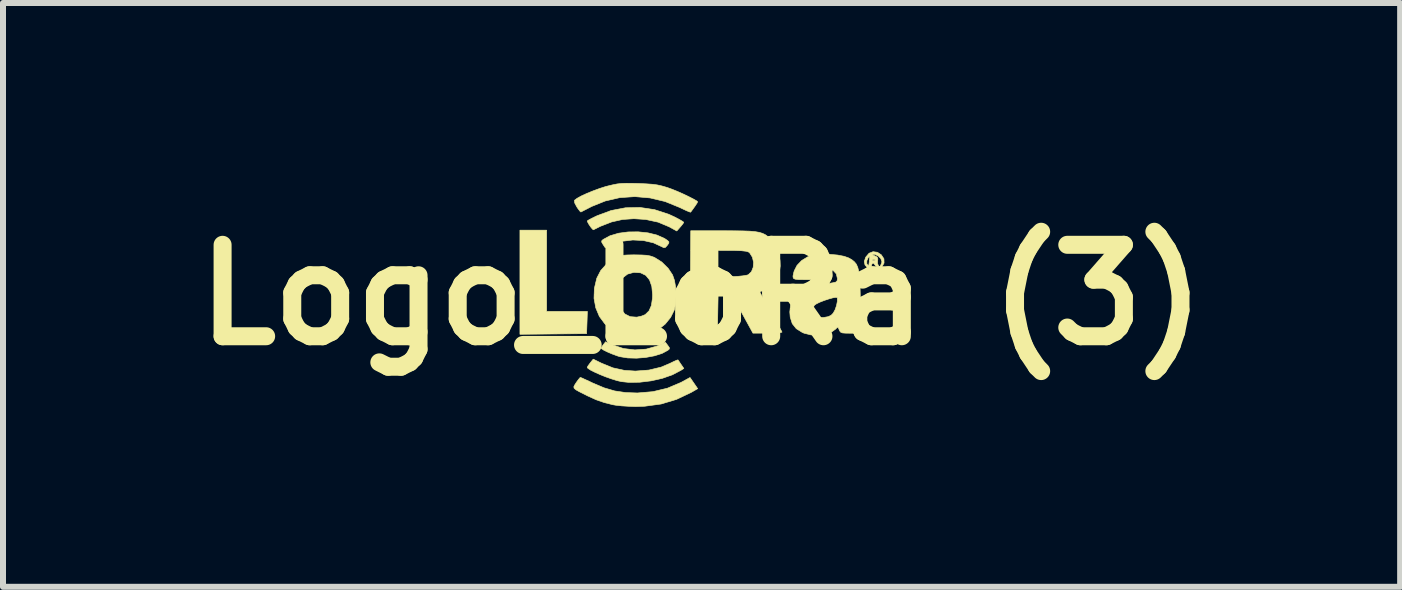
<source format=kicad_pcb>
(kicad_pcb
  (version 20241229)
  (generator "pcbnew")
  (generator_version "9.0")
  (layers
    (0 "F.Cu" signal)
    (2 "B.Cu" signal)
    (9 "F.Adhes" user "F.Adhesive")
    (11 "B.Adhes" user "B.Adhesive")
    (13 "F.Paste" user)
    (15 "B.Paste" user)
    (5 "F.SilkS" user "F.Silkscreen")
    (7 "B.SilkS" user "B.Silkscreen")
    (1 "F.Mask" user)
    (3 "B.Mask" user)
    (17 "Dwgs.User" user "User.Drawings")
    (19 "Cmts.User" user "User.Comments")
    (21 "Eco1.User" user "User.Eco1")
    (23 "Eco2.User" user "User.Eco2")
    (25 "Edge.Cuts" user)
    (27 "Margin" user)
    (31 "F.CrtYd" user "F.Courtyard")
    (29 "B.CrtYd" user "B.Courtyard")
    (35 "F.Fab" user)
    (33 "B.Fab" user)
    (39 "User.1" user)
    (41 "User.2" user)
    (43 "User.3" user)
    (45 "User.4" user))
  (footprint "Logo_LoRa (3)"
    (layer "F.Cu")
    (at 8.643 1.865)
    (property "Reference" "Logo_LoRa (3)" (at 0 0 0) (layer "F.SilkS") (effects (font (size 1.524 1.524) (thickness 0.3))))
    (attr through_hole)
    (fp_poly (pts (xy -2.582 0.275) (xy -1.903 0.275) (xy -1.909 0.46) (xy -1.916 0.646) (xy -3.027 0.657) (xy -3.027 -1.079) (xy -2.582 -1.079) (xy -2.582 0.275)) (stroke (width 0.01) (type solid)) (fill yes) (layer "F.SilkS"))
    (fp_poly (pts (xy -0.893 -1.034) (xy -0.743 -0.997) (xy -0.616 -0.94) (xy -0.567 -0.907) (xy -0.544 -0.884) (xy -0.546 -0.861) (xy -0.571 -0.826) (xy -0.603 -0.791) (xy -0.631 -0.787) (xy -0.658 -0.801) (xy -0.803 -0.868) (xy -0.969 -0.906) (xy -1.145 -0.915) (xy -1.32 -0.894) (xy -1.482 -0.843) (xy -1.496 -0.837) (xy -1.606 -0.787) (xy -1.642 -0.841) (xy -1.665 -0.881) (xy -1.662 -0.904) (xy -1.639 -0.924) (xy -1.524 -0.986) (xy -1.382 -1.028) (xy -1.223 -1.049) (xy -1.056 -1.051) (xy -0.893 -1.034)) (stroke (width 0.01) (type solid)) (fill yes) (layer "F.SilkS"))
    (fp_poly (pts (xy -1.482 0.834) (xy -1.301 0.894) (xy -1.111 0.917) (xy -0.922 0.904) (xy -0.742 0.853) (xy -0.708 0.838) (xy -0.602 0.79) (xy -0.562 0.843) (xy -0.536 0.88) (xy -0.537 0.902) (xy -0.562 0.924) (xy -0.659 0.976) (xy -0.786 1.016) (xy -0.932 1.043) (xy -1.083 1.055) (xy -1.23 1.051) (xy -1.36 1.03) (xy -1.397 1.019) (xy -1.49 0.985) (xy -1.572 0.95) (xy -1.634 0.919) (xy -1.668 0.895) (xy -1.672 0.887) (xy -1.66 0.862) (xy -1.635 0.827) (xy -1.598 0.781) (xy -1.482 0.834)) (stroke (width 0.01) (type solid)) (fill yes) (layer "F.SilkS"))
    (fp_poly (pts (xy -0.784 -1.421) (xy -0.548 -1.344) (xy -0.45 -1.299) (xy -0.379 -1.262) (xy -0.325 -1.231) (xy -0.298 -1.212) (xy -0.297 -1.209) (xy -0.31 -1.186) (xy -0.342 -1.146) (xy -0.355 -1.131) (xy -0.413 -1.065) (xy -0.54 -1.135) (xy -0.723 -1.212) (xy -0.93 -1.257) (xy -1.127 -1.27) (xy -1.316 -1.257) (xy -1.498 -1.216) (xy -1.684 -1.144) (xy -1.802 -1.085) (xy -1.819 -1.097) (xy -1.847 -1.131) (xy -1.877 -1.175) (xy -1.899 -1.215) (xy -1.905 -1.232) (xy -1.887 -1.245) (xy -1.84 -1.271) (xy -1.771 -1.305) (xy -1.739 -1.32) (xy -1.507 -1.406) (xy -1.267 -1.452) (xy -1.025 -1.457) (xy -0.784 -1.421)) (stroke (width 0.01) (type solid)) (fill yes) (layer "F.SilkS"))
    (fp_poly (pts (xy -1.669 1.138) (xy -1.478 1.216) (xy -1.286 1.258) (xy -1.102 1.27) (xy -0.877 1.253) (xy -0.673 1.204) (xy -0.527 1.142) (xy -0.462 1.11) (xy -0.414 1.089) (xy -0.393 1.083) (xy -0.393 1.083) (xy -0.379 1.103) (xy -0.351 1.145) (xy -0.342 1.158) (xy -0.295 1.226) (xy -0.343 1.257) (xy -0.484 1.331) (xy -0.654 1.391) (xy -0.841 1.433) (xy -1.032 1.456) (xy -1.216 1.458) (xy -1.333 1.446) (xy -1.408 1.429) (xy -1.498 1.401) (xy -1.595 1.367) (xy -1.692 1.328) (xy -1.779 1.289) (xy -1.849 1.254) (xy -1.893 1.225) (xy -1.905 1.209) (xy -1.893 1.185) (xy -1.863 1.144) (xy -1.855 1.133) (xy -1.805 1.071) (xy -1.669 1.138)) (stroke (width 0.01) (type solid)) (fill yes) (layer "F.SilkS"))
    (fp_poly (pts (xy -1.997 1.384) (xy -1.945 1.408) (xy -1.872 1.441) (xy -1.814 1.469) (xy -1.625 1.549) (xy -1.448 1.601) (xy -1.266 1.628) (xy -1.069 1.635) (xy -0.811 1.613) (xy -0.568 1.555) (xy -0.344 1.46) (xy -0.323 1.449) (xy -0.192 1.377) (xy -0.128 1.47) (xy -0.064 1.563) (xy -0.175 1.627) (xy -0.418 1.742) (xy -0.674 1.819) (xy -0.947 1.856) (xy -1.101 1.861) (xy -1.215 1.857) (xy -1.331 1.85) (xy -1.43 1.839) (xy -1.482 1.83) (xy -1.624 1.794) (xy -1.757 1.748) (xy -1.898 1.684) (xy -1.947 1.659) (xy -2.037 1.614) (xy -2.094 1.582) (xy -2.123 1.557) (xy -2.129 1.533) (xy -2.115 1.503) (xy -2.089 1.462) (xy -2.053 1.412) (xy -2.027 1.381) (xy -2.02 1.376) (xy -1.997 1.384)) (stroke (width 0.01) (type solid)) (fill yes) (layer "F.SilkS"))
    (fp_poly (pts (xy -1.146 -1.859) (xy -1.058 -1.857) (xy -0.925 -1.851) (xy -0.823 -1.844) (xy -0.739 -1.833) (xy -0.663 -1.816) (xy -0.582 -1.793) (xy -0.572 -1.79) (xy -0.495 -1.762) (xy -0.403 -1.725) (xy -0.306 -1.682) (xy -0.214 -1.638) (xy -0.136 -1.598) (xy -0.082 -1.567) (xy -0.066 -1.554) (xy -0.073 -1.533) (xy -0.108 -1.48) (xy -0.167 -1.398) (xy -0.183 -1.378) (xy -0.203 -1.384) (xy -0.252 -1.404) (xy -0.322 -1.437) (xy -0.364 -1.457) (xy -0.607 -1.556) (xy -0.858 -1.616) (xy -1.111 -1.638) (xy -1.362 -1.621) (xy -1.605 -1.565) (xy -1.836 -1.472) (xy -1.848 -1.465) (xy -1.92 -1.428) (xy -1.977 -1.399) (xy -2.008 -1.383) (xy -2.011 -1.381) (xy -2.027 -1.395) (xy -2.057 -1.434) (xy -2.078 -1.465) (xy -2.114 -1.532) (xy -2.119 -1.573) (xy -2.115 -1.579) (xy -2.075 -1.609) (xy -2.005 -1.648) (xy -1.912 -1.691) (xy -1.806 -1.734) (xy -1.697 -1.774) (xy -1.594 -1.807) (xy -1.569 -1.813) (xy -1.482 -1.834) (xy -1.408 -1.849) (xy -1.335 -1.857) (xy -1.252 -1.86) (xy -1.146 -1.859)) (stroke (width 0.01) (type solid)) (fill yes) (layer "F.SilkS"))
    (fp_poly (pts (xy -0.999 -0.665) (xy -0.917 -0.66) (xy -0.856 -0.649) (xy -0.802 -0.631) (xy -0.781 -0.622) (xy -0.662 -0.547) (xy -0.556 -0.442) (xy -0.483 -0.333) (xy -0.451 -0.241) (xy -0.431 -0.124) (xy -0.424 0.006) (xy -0.431 0.133) (xy -0.451 0.242) (xy -0.456 0.256) (xy -0.515 0.375) (xy -0.605 0.486) (xy -0.716 0.575) (xy -0.789 0.615) (xy -0.893 0.647) (xy -1.019 0.667) (xy -1.152 0.673) (xy -1.274 0.664) (xy -1.351 0.647) (xy -1.495 0.58) (xy -1.612 0.482) (xy -1.703 0.359) (xy -1.763 0.216) (xy -1.792 0.058) (xy -1.79 0) (xy -1.397 0) (xy -1.383 0.135) (xy -1.342 0.242) (xy -1.277 0.319) (xy -1.19 0.363) (xy -1.083 0.371) (xy -1.069 0.369) (xy -1.001 0.354) (xy -0.944 0.331) (xy -0.937 0.327) (xy -0.875 0.266) (xy -0.836 0.177) (xy -0.818 0.056) (xy -0.816 0) (xy -0.829 -0.141) (xy -0.867 -0.25) (xy -0.93 -0.326) (xy -1.017 -0.368) (xy -1.128 -0.375) (xy -1.128 -0.375) (xy -1.232 -0.347) (xy -1.312 -0.286) (xy -1.366 -0.193) (xy -1.394 -0.069) (xy -1.397 0) (xy -1.79 0) (xy -1.786 -0.11) (xy -1.746 -0.278) (xy -1.681 -0.405) (xy -1.58 -0.518) (xy -1.458 -0.604) (xy -1.404 -0.632) (xy -1.358 -0.65) (xy -1.307 -0.66) (xy -1.24 -0.665) (xy -1.145 -0.667) (xy -1.111 -0.667) (xy -0.999 -0.665)) (stroke (width 0.01) (type solid)) (fill yes) (layer "F.SilkS"))
    (fp_poly (pts (xy 2.932 -0.71) (xy 2.996 -0.668) (xy 3.04 -0.601) (xy 3.042 -0.531) (xy 3.002 -0.46) (xy 2.986 -0.443) (xy 2.921 -0.394) (xy 2.86 -0.386) (xy 2.797 -0.419) (xy 2.771 -0.443) (xy 2.76 -0.457) (xy 2.805 -0.457) (xy 2.826 -0.445) (xy 2.894 -0.436) (xy 2.958 -0.462) (xy 2.979 -0.482) (xy 3.002 -0.53) (xy 3.006 -0.554) (xy 2.988 -0.605) (xy 2.944 -0.65) (xy 2.89 -0.674) (xy 2.873 -0.676) (xy 2.845 -0.673) (xy 2.853 -0.665) (xy 2.886 -0.652) (xy 2.928 -0.63) (xy 2.939 -0.598) (xy 2.935 -0.572) (xy 2.934 -0.521) (xy 2.948 -0.49) (xy 2.959 -0.47) (xy 2.938 -0.466) (xy 2.902 -0.483) (xy 2.892 -0.497) (xy 2.87 -0.525) (xy 2.858 -0.529) (xy 2.839 -0.512) (xy 2.836 -0.497) (xy 2.822 -0.468) (xy 2.81 -0.464) (xy 2.805 -0.457) (xy 2.76 -0.457) (xy 2.724 -0.5) (xy 2.72 -0.52) (xy 2.755 -0.52) (xy 2.766 -0.501) (xy 2.78 -0.49) (xy 2.788 -0.499) (xy 2.794 -0.537) (xy 2.798 -0.573) (xy 2.798 -0.577) (xy 2.846 -0.577) (xy 2.866 -0.573) (xy 2.894 -0.577) (xy 2.894 -0.584) (xy 2.866 -0.589) (xy 2.854 -0.586) (xy 2.846 -0.577) (xy 2.798 -0.577) (xy 2.801 -0.624) (xy 2.796 -0.64) (xy 2.781 -0.625) (xy 2.779 -0.622) (xy 2.755 -0.569) (xy 2.755 -0.52) (xy 2.72 -0.52) (xy 2.712 -0.553) (xy 2.732 -0.617) (xy 2.74 -0.633) (xy 2.792 -0.694) (xy 2.859 -0.72) (xy 2.932 -0.71)) (stroke (width 0.01) (type solid)) (fill yes) (layer "F.SilkS"))
    (fp_poly (pts (xy 0.543 -1.068) (xy 0.69 -1.066) (xy 0.805 -1.062) (xy 0.894 -1.054) (xy 0.963 -1.042) (xy 1.018 -1.025) (xy 1.063 -1.003) (xy 1.105 -0.973) (xy 1.135 -0.947) (xy 1.226 -0.842) (xy 1.283 -0.714) (xy 1.308 -0.569) (xy 1.311 -0.48) (xy 1.302 -0.412) (xy 1.278 -0.342) (xy 1.264 -0.311) (xy 1.219 -0.235) (xy 1.159 -0.164) (xy 1.094 -0.106) (xy 1.033 -0.07) (xy 1.002 -0.064) (xy 0.976 -0.053) (xy 0.974 -0.046) (xy 0.984 -0.023) (xy 1.012 0.03) (xy 1.054 0.107) (xy 1.107 0.202) (xy 1.155 0.287) (xy 1.215 0.391) (xy 1.267 0.483) (xy 1.307 0.556) (xy 1.333 0.604) (xy 1.341 0.62) (xy 1.322 0.627) (xy 1.27 0.632) (xy 1.191 0.636) (xy 1.101 0.638) (xy 0.857 0.638) (xy 0.688 0.33) (xy 0.519 0.022) (xy 0.397 0.021) (xy 0.276 0.021) (xy 0.27 0.333) (xy 0.265 0.646) (xy 0.047 0.652) (xy -0.059 0.653) (xy -0.129 0.65) (xy -0.167 0.642) (xy -0.18 0.63) (xy -0.183 0.604) (xy -0.184 0.54) (xy -0.186 0.443) (xy -0.186 0.317) (xy -0.187 0.169) (xy -0.186 0.001) (xy -0.186 -0.181) (xy -0.185 -0.233) (xy -0.185 -0.298) (xy 0.275 -0.298) (xy 0.503 -0.304) (xy 0.605 -0.309) (xy 0.693 -0.318) (xy 0.757 -0.329) (xy 0.779 -0.336) (xy 0.832 -0.387) (xy 0.861 -0.46) (xy 0.867 -0.544) (xy 0.848 -0.627) (xy 0.805 -0.696) (xy 0.785 -0.714) (xy 0.744 -0.727) (xy 0.665 -0.736) (xy 0.549 -0.74) (xy 0.513 -0.74) (xy 0.275 -0.741) (xy 0.275 -0.298) (xy -0.185 -0.298) (xy -0.18 -1.069) (xy 0.36 -1.069) (xy 0.543 -1.068)) (stroke (width 0.01) (type solid)) (fill yes) (layer "F.SilkS"))
    (fp_poly (pts (xy 2.144 -0.675) (xy 2.268 -0.664) (xy 2.376 -0.643) (xy 2.45 -0.617) (xy 2.504 -0.587) (xy 2.546 -0.553) (xy 2.58 -0.512) (xy 2.604 -0.458) (xy 2.622 -0.386) (xy 2.634 -0.292) (xy 2.641 -0.169) (xy 2.645 -0.013) (xy 2.647 0.151) (xy 2.652 0.639) (xy 2.485 0.639) (xy 2.401 0.638) (xy 2.35 0.634) (xy 2.321 0.623) (xy 2.304 0.603) (xy 2.295 0.583) (xy 2.278 0.545) (xy 2.261 0.543) (xy 2.235 0.57) (xy 2.161 0.623) (xy 2.06 0.658) (xy 1.943 0.673) (xy 1.823 0.667) (xy 1.71 0.639) (xy 1.681 0.627) (xy 1.579 0.563) (xy 1.512 0.479) (xy 1.478 0.372) (xy 1.471 0.284) (xy 1.477 0.23) (xy 1.846 0.23) (xy 1.852 0.292) (xy 1.886 0.341) (xy 1.922 0.368) (xy 1.966 0.379) (xy 2.034 0.376) (xy 2.039 0.376) (xy 2.112 0.363) (xy 2.161 0.339) (xy 2.194 0.305) (xy 2.225 0.25) (xy 2.25 0.178) (xy 2.264 0.106) (xy 2.263 0.051) (xy 2.262 0.046) (xy 2.239 0.041) (xy 2.189 0.049) (xy 2.121 0.068) (xy 2.045 0.093) (xy 1.973 0.121) (xy 1.915 0.149) (xy 1.883 0.171) (xy 1.846 0.23) (xy 1.477 0.23) (xy 1.482 0.176) (xy 1.517 0.085) (xy 1.58 0.007) (xy 1.672 -0.057) (xy 1.798 -0.111) (xy 1.959 -0.157) (xy 2.159 -0.197) (xy 2.185 -0.201) (xy 2.238 -0.213) (xy 2.26 -0.235) (xy 2.265 -0.271) (xy 2.246 -0.351) (xy 2.194 -0.407) (xy 2.128 -0.432) (xy 2.044 -0.432) (xy 1.972 -0.403) (xy 1.924 -0.35) (xy 1.912 -0.317) (xy 1.9 -0.254) (xy 1.712 -0.254) (xy 1.617 -0.255) (xy 1.558 -0.262) (xy 1.529 -0.279) (xy 1.524 -0.313) (xy 1.536 -0.369) (xy 1.545 -0.401) (xy 1.591 -0.491) (xy 1.668 -0.572) (xy 1.767 -0.633) (xy 1.806 -0.648) (xy 1.899 -0.668) (xy 2.017 -0.677) (xy 2.144 -0.675)) (stroke (width 0.01) (type solid)) (fill yes) (layer "F.SilkS")))
  (gr_rect
    (start -3 -3)
    (end 20.287 6.731)
    (stroke (width 0.1) (type default))
    (fill no)
    (layer "Edge.Cuts")))
</source>
